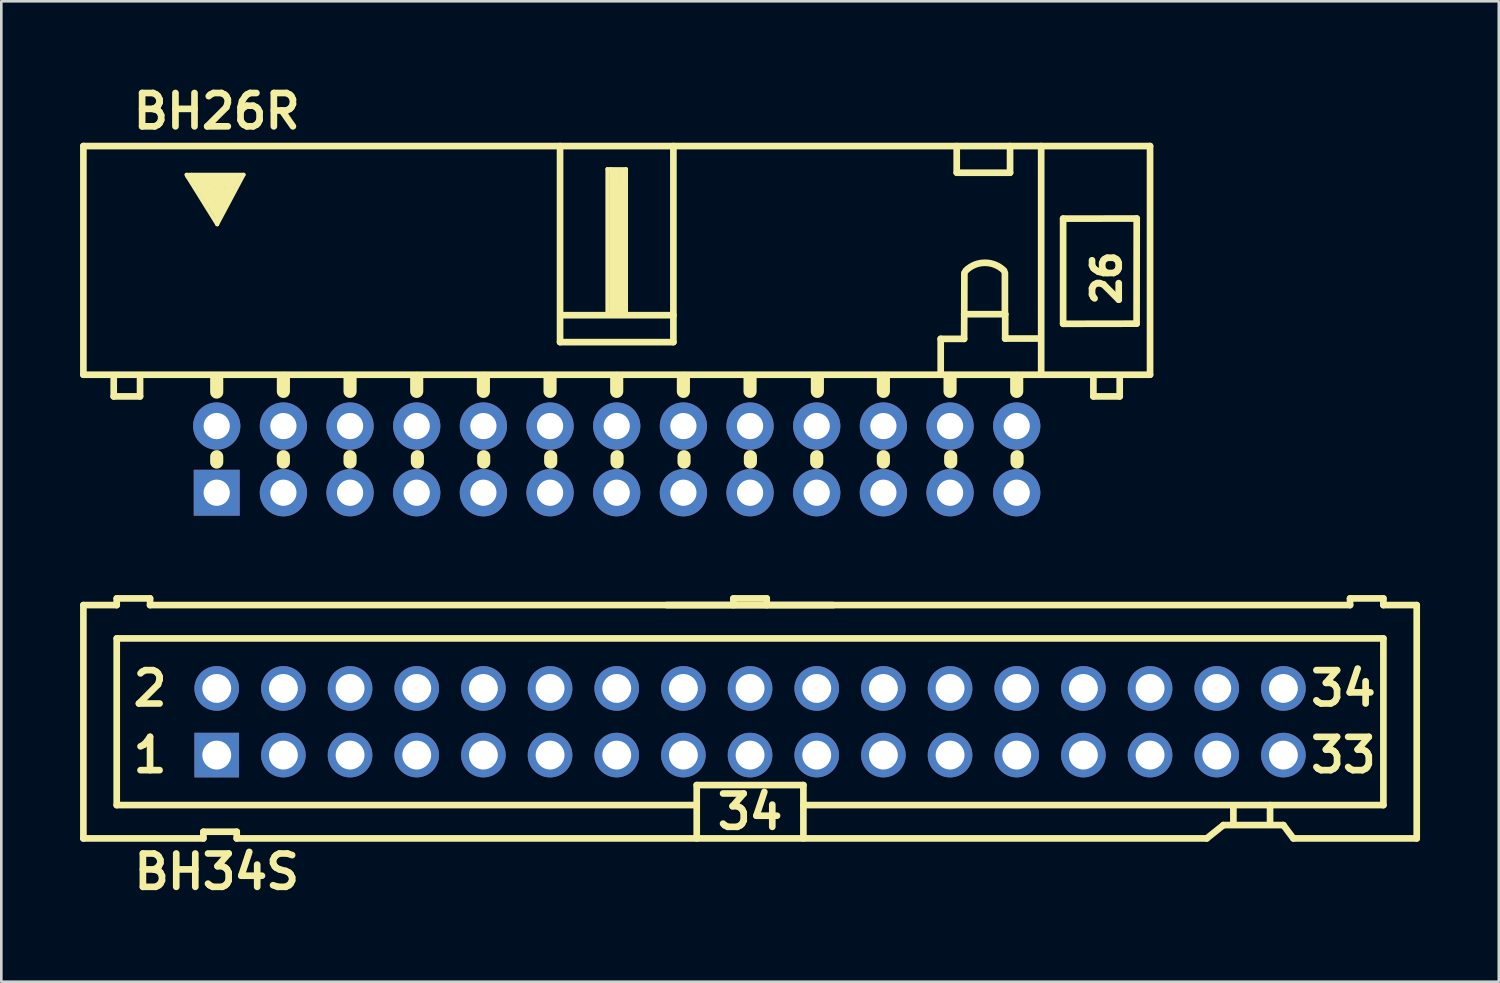
<source format=kicad_pcb>
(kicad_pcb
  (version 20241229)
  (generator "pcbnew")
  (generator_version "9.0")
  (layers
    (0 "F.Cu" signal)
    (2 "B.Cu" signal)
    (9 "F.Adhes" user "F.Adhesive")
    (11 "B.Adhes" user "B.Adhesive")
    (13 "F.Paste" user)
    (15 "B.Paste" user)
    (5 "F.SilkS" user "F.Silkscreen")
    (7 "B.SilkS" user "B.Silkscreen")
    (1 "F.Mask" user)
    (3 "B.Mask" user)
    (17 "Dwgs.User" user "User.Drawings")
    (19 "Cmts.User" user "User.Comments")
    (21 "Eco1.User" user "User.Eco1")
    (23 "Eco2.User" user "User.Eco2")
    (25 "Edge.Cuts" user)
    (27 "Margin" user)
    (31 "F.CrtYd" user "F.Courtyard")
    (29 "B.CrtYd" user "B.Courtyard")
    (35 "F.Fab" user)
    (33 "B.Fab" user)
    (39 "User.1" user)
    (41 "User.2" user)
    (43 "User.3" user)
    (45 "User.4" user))
  (footprint "BH26R"
    (layer "F.Cu")
    (at 20.447 14.453)
    (property "Reference" "BH26R" (at -15.24 -13.264 0) (layer "F.SilkS") (effects (font (size 1.27 1.27) (thickness 0.254))))
    (attr through_hole)
    (fp_line (start -20.32 -11.938) (end 20.32 -11.938) (stroke (width 0.254) (type solid)) (layer "F.SilkS"))
    (fp_line (start -20.32 -3.226) (end -20.32 -11.938) (stroke (width 0.254) (type solid)) (layer "F.SilkS"))
    (fp_line (start -20.32 -3.226) (end 20.32 -3.226) (stroke (width 0.254) (type solid)) (layer "F.SilkS"))
    (fp_line (start -19.164 -3.061) (end -19.164 -2.4) (stroke (width 0.254) (type solid)) (layer "F.SilkS"))
    (fp_line (start -19.164 -2.4) (end -18.161 -2.4) (stroke (width 0.254) (type solid)) (layer "F.SilkS"))
    (fp_line (start -18.161 -2.4) (end -18.161 -3.073) (stroke (width 0.254) (type solid)) (layer "F.SilkS"))
    (fp_line (start -16.35 -10.77) (end -16.396 -10.846) (stroke (width 0.15) (type solid)) (layer "F.SilkS"))
    (fp_line (start -16.213 -10.846) (end -14.216 -10.846) (stroke (width 0.15) (type solid)) (layer "F.SilkS"))
    (fp_line (start -16.198 -10.762) (end -15.222 -9.215) (stroke (width 0.15) (type solid)) (layer "F.SilkS"))
    (fp_line (start -16.177 -10.841) (end -16.37 -10.846) (stroke (width 0.15) (type solid)) (layer "F.SilkS"))
    (fp_line (start -16.068 -10.77) (end -15.237 -9.428) (stroke (width 0.15) (type solid)) (layer "F.SilkS"))
    (fp_line (start -15.938 -10.671) (end -15.237 -9.642) (stroke (width 0.15) (type solid)) (layer "F.SilkS"))
    (fp_line (start -15.725 -10.564) (end -15.199 -9.817) (stroke (width 0.15) (type solid)) (layer "F.SilkS"))
    (fp_line (start -15.497 -10.472) (end -15.207 -10.03) (stroke (width 0.15) (type solid)) (layer "F.SilkS"))
    (fp_line (start -15.479 -10.351) (end -15.801 -10.615) (stroke (width 0.15) (type solid)) (layer "F.SilkS"))
    (fp_line (start -15.344 -10.434) (end -15.169 -10.328) (stroke (width 0.15) (type solid)) (layer "F.SilkS"))
    (fp_line (start -15.276 -10.259) (end -15.268 -10.251) (stroke (width 0.15) (type solid)) (layer "F.SilkS"))
    (fp_line (start -15.24 -3.061) (end -15.24 -2.565) (stroke (width 0.5) (type solid)) (layer "F.SilkS"))
    (fp_line (start -15.24 -0.102) (end -15.24 0.102) (stroke (width 0.5) (type solid)) (layer "F.SilkS"))
    (fp_line (start -15.237 -9.642) (end -14.696 -10.617) (stroke (width 0.15) (type solid)) (layer "F.SilkS"))
    (fp_line (start -15.237 -9.428) (end -14.567 -10.686) (stroke (width 0.15) (type solid)) (layer "F.SilkS"))
    (fp_line (start -15.222 -9.215) (end -14.407 -10.762) (stroke (width 0.15) (type solid)) (layer "F.SilkS"))
    (fp_line (start -15.222 -8.956) (end -16.35 -10.77) (stroke (width 0.15) (type solid)) (layer "F.SilkS"))
    (fp_line (start -15.207 -10.03) (end -15.062 -10.48) (stroke (width 0.15) (type solid)) (layer "F.SilkS"))
    (fp_line (start -15.199 -9.817) (end -14.91 -10.556) (stroke (width 0.15) (type solid)) (layer "F.SilkS"))
    (fp_line (start -15.169 -10.328) (end -15.276 -10.259) (stroke (width 0.15) (type solid)) (layer "F.SilkS"))
    (fp_line (start -15.161 -9.406) (end -15.222 -9.108) (stroke (width 0.15) (type solid)) (layer "F.SilkS"))
    (fp_line (start -15.062 -10.48) (end -15.344 -10.434) (stroke (width 0.15) (type solid)) (layer "F.SilkS"))
    (fp_line (start -14.91 -10.556) (end -15.497 -10.472) (stroke (width 0.15) (type solid)) (layer "F.SilkS"))
    (fp_line (start -14.765 -10.668) (end -14.872 -10.472) (stroke (width 0.15) (type solid)) (layer "F.SilkS"))
    (fp_line (start -14.696 -10.617) (end -15.725 -10.564) (stroke (width 0.15) (type solid)) (layer "F.SilkS"))
    (fp_line (start -14.567 -10.686) (end -15.938 -10.671) (stroke (width 0.15) (type solid)) (layer "F.SilkS"))
    (fp_line (start -14.407 -10.762) (end -16.068 -10.77) (stroke (width 0.15) (type solid)) (layer "F.SilkS"))
    (fp_line (start -14.216 -10.846) (end -15.222 -8.956) (stroke (width 0.15) (type solid)) (layer "F.SilkS"))
    (fp_line (start -12.7 -3.086) (end -12.7 -2.591) (stroke (width 0.5) (type solid)) (layer "F.SilkS"))
    (fp_line (start -12.7 -0.102) (end -12.7 0.102) (stroke (width 0.5) (type solid)) (layer "F.SilkS"))
    (fp_line (start -10.16 -3.086) (end -10.16 -2.591) (stroke (width 0.5) (type solid)) (layer "F.SilkS"))
    (fp_line (start -10.16 -0.102) (end -10.16 0.102) (stroke (width 0.5) (type solid)) (layer "F.SilkS"))
    (fp_line (start -7.62 -3.086) (end -7.62 -2.591) (stroke (width 0.5) (type solid)) (layer "F.SilkS"))
    (fp_line (start -7.595 -0.102) (end -7.595 0.102) (stroke (width 0.5) (type solid)) (layer "F.SilkS"))
    (fp_line (start -5.08 -3.086) (end -5.08 -2.591) (stroke (width 0.5) (type solid)) (layer "F.SilkS"))
    (fp_line (start -5.067 -0.102) (end -5.067 0.102) (stroke (width 0.5) (type solid)) (layer "F.SilkS"))
    (fp_line (start -2.54 -3.086) (end -2.54 -2.591) (stroke (width 0.5) (type solid)) (layer "F.SilkS"))
    (fp_line (start -2.515 -0.102) (end -2.515 0.102) (stroke (width 0.5) (type solid)) (layer "F.SilkS"))
    (fp_line (start -2.159 -4.47) (end -2.159 -11.938) (stroke (width 0.254) (type solid)) (layer "F.SilkS"))
    (fp_line (start -2.141 -5.494) (end 2.159 -5.494) (stroke (width 0.254) (type solid)) (layer "F.SilkS"))
    (fp_line (start -0.356 -11.059) (end 0.356 -11.059) (stroke (width 0.15) (type solid)) (layer "F.SilkS"))
    (fp_line (start -0.356 -5.502) (end -0.356 -11.059) (stroke (width 0.15) (type solid)) (layer "F.SilkS"))
    (fp_line (start -0.216 -11.059) (end -0.216 -5.588) (stroke (width 0.15) (type solid)) (layer "F.SilkS"))
    (fp_line (start -0.137 -5.596) (end 0.254 -5.598) (stroke (width 0.15) (type solid)) (layer "F.SilkS"))
    (fp_line (start -0.124 -6.37) (end -0.137 -5.596) (stroke (width 0.15) (type solid)) (layer "F.SilkS"))
    (fp_line (start -0.112 -8.415) (end -0.14 -6.18) (stroke (width 0.15) (type solid)) (layer "F.SilkS"))
    (fp_line (start -0.079 -11.013) (end -0.064 -5.634) (stroke (width 0.15) (type solid)) (layer "F.SilkS"))
    (fp_line (start 0 -3.086) (end 0 -2.591) (stroke (width 0.5) (type solid)) (layer "F.SilkS"))
    (fp_line (start 0.013 -0.102) (end 0.013 0.102) (stroke (width 0.5) (type solid)) (layer "F.SilkS"))
    (fp_line (start 0.043 -11.013) (end 0.028 -5.618) (stroke (width 0.15) (type solid)) (layer "F.SilkS"))
    (fp_line (start 0.165 -11.013) (end 0.15 -5.649) (stroke (width 0.15) (type solid)) (layer "F.SilkS"))
    (fp_line (start 0.287 -11.029) (end 0.241 -5.649) (stroke (width 0.15) (type solid)) (layer "F.SilkS"))
    (fp_line (start 0.356 -11.059) (end 0.356 -5.512) (stroke (width 0.15) (type solid)) (layer "F.SilkS"))
    (fp_line (start 2.159 -4.47) (end 2.159 -11.938) (stroke (width 0.254) (type solid)) (layer "F.SilkS"))
    (fp_line (start 2.159 -4.468) (end -2.159 -4.468) (stroke (width 0.254) (type solid)) (layer "F.SilkS"))
    (fp_line (start 2.54 -3.086) (end 2.54 -2.591) (stroke (width 0.5) (type solid)) (layer "F.SilkS"))
    (fp_line (start 2.565 -0.102) (end 2.565 0.102) (stroke (width 0.5) (type solid)) (layer "F.SilkS"))
    (fp_line (start 5.08 -3.086) (end 5.08 -2.591) (stroke (width 0.5) (type solid)) (layer "F.SilkS"))
    (fp_line (start 5.093 -0.102) (end 5.093 0.102) (stroke (width 0.5) (type solid)) (layer "F.SilkS"))
    (fp_line (start 7.62 -0.102) (end 7.62 0.102) (stroke (width 0.5) (type solid)) (layer "F.SilkS"))
    (fp_line (start 7.645 -3.086) (end 7.645 -2.591) (stroke (width 0.5) (type solid)) (layer "F.SilkS"))
    (fp_line (start 10.16 -3.086) (end 10.16 -2.591) (stroke (width 0.5) (type solid)) (layer "F.SilkS"))
    (fp_line (start 10.16 -0.102) (end 10.16 0.102) (stroke (width 0.5) (type solid)) (layer "F.SilkS"))
    (fp_line (start 12.344 -4.592) (end 12.344 -3.259) (stroke (width 0.254) (type solid)) (layer "F.SilkS"))
    (fp_line (start 12.344 -4.592) (end 13.236 -4.592) (stroke (width 0.254) (type solid)) (layer "F.SilkS"))
    (fp_line (start 12.7 -3.086) (end 12.7 -2.591) (stroke (width 0.5) (type solid)) (layer "F.SilkS"))
    (fp_line (start 12.725 -0.102) (end 12.725 0.102) (stroke (width 0.5) (type solid)) (layer "F.SilkS"))
    (fp_line (start 12.954 -11.938) (end 12.954 -10.937) (stroke (width 0.254) (type solid)) (layer "F.SilkS"))
    (fp_line (start 12.954 -10.922) (end 14.986 -10.922) (stroke (width 0.254) (type solid)) (layer "F.SilkS"))
    (fp_line (start 13.236 -4.592) (end 13.241 -5.532) (stroke (width 0.254) (type solid)) (layer "F.SilkS"))
    (fp_line (start 13.241 -5.532) (end 14.801 -5.532) (stroke (width 0.254) (type solid)) (layer "F.SilkS"))
    (fp_line (start 13.241 -5.507) (end 13.246 -7.102) (stroke (width 0.254) (type solid)) (layer "F.SilkS"))
    (fp_line (start 14.79 -5.527) (end 14.79 -7.102) (stroke (width 0.254) (type solid)) (layer "F.SilkS"))
    (fp_line (start 14.801 -5.532) (end 14.801 -4.602) (stroke (width 0.254) (type solid)) (layer "F.SilkS"))
    (fp_line (start 14.986 -10.927) (end 14.986 -11.938) (stroke (width 0.254) (type solid)) (layer "F.SilkS"))
    (fp_line (start 15.24 -3.086) (end 15.24 -2.591) (stroke (width 0.5) (type solid)) (layer "F.SilkS"))
    (fp_line (start 15.253 -0.102) (end 15.253 0.102) (stroke (width 0.5) (type solid)) (layer "F.SilkS"))
    (fp_line (start 16.154 -4.605) (end 14.798 -4.605) (stroke (width 0.254) (type solid)) (layer "F.SilkS"))
    (fp_line (start 16.172 -11.938) (end 16.172 -3.226) (stroke (width 0.254) (type solid)) (layer "F.SilkS"))
    (fp_line (start 17.008 -9.174) (end 17.008 -5.169) (stroke (width 0.254) (type solid)) (layer "F.SilkS"))
    (fp_line (start 17.008 -5.166) (end 19.807 -5.171) (stroke (width 0.254) (type solid)) (layer "F.SilkS"))
    (fp_line (start 18.161 -3.073) (end 18.161 -2.4) (stroke (width 0.254) (type solid)) (layer "F.SilkS"))
    (fp_line (start 18.161 -2.4) (end 19.164 -2.4) (stroke (width 0.254) (type solid)) (layer "F.SilkS"))
    (fp_line (start 19.164 -2.4) (end 19.164 -3.073) (stroke (width 0.254) (type solid)) (layer "F.SilkS"))
    (fp_line (start 19.807 -5.171) (end 19.812 -9.177) (stroke (width 0.254) (type solid)) (layer "F.SilkS"))
    (fp_line (start 19.812 -9.177) (end 17.008 -9.174) (stroke (width 0.254) (type solid)) (layer "F.SilkS"))
    (fp_line (start 20.32 -3.226) (end 20.32 -11.938) (stroke (width 0.254) (type solid)) (layer "F.SilkS"))
    (fp_arc (start 13.2969 -7.1882) (mid 14.02842 -7.491206) (end 14.75994 -7.1882) (stroke (width 0.254) (type solid)) (layer "F.SilkS"))
    (fp_text user "26" (at 18.669 -6.909 90) (layer "F.SilkS") (effects (font (size 1.016 1.016) (thickness 0.254))))
    (pad "1" thru_hole rect (at -15.24 1.27) (size 1.75 1.75) (drill 1) (layers "*.Cu" "*.Mask"))
    (pad "2" thru_hole circle (at -15.24 -1.27) (size 1.8 1.8) (drill 1) (layers "*.Cu" "*.Mask"))
    (pad "3" thru_hole circle (at -12.7 1.27) (size 1.8 1.8) (drill 1) (layers "*.Cu" "*.Mask"))
    (pad "4" thru_hole circle (at -12.7 -1.27) (size 1.8 1.8) (drill 1) (layers "*.Cu" "*.Mask"))
    (pad "5" thru_hole circle (at -10.16 1.27) (size 1.8 1.8) (drill 1) (layers "*.Cu" "*.Mask"))
    (pad "6" thru_hole circle (at -10.16 -1.27) (size 1.8 1.8) (drill 1) (layers "*.Cu" "*.Mask"))
    (pad "7" thru_hole circle (at -7.62 1.27) (size 1.8 1.8) (drill 1) (layers "*.Cu" "*.Mask"))
    (pad "8" thru_hole circle (at -7.62 -1.27) (size 1.8 1.8) (drill 1) (layers "*.Cu" "*.Mask"))
    (pad "9" thru_hole circle (at -5.08 1.27) (size 1.8 1.8) (drill 1) (layers "*.Cu" "*.Mask"))
    (pad "10" thru_hole circle (at -5.08 -1.27) (size 1.8 1.8) (drill 1) (layers "*.Cu" "*.Mask"))
    (pad "11" thru_hole circle (at -2.54 1.27) (size 1.8 1.8) (drill 1) (layers "*.Cu" "*.Mask"))
    (pad "12" thru_hole circle (at -2.54 -1.27) (size 1.8 1.8) (drill 1) (layers "*.Cu" "*.Mask"))
    (pad "13" thru_hole circle (at 0 1.27) (size 1.8 1.8) (drill 1) (layers "*.Cu" "*.Mask"))
    (pad "14" thru_hole circle (at 0 -1.27) (size 1.8 1.8) (drill 1) (layers "*.Cu" "*.Mask"))
    (pad "15" thru_hole circle (at 2.54 1.27) (size 1.8 1.8) (drill 1) (layers "*.Cu" "*.Mask"))
    (pad "16" thru_hole circle (at 2.54 -1.27) (size 1.8 1.8) (drill 1) (layers "*.Cu" "*.Mask"))
    (pad "17" thru_hole circle (at 5.08 1.27) (size 1.8 1.8) (drill 1) (layers "*.Cu" "*.Mask"))
    (pad "18" thru_hole circle (at 5.08 -1.27) (size 1.8 1.8) (drill 1) (layers "*.Cu" "*.Mask"))
    (pad "19" thru_hole circle (at 7.62 1.27) (size 1.8 1.8) (drill 1) (layers "*.Cu" "*.Mask"))
    (pad "20" thru_hole circle (at 7.62 -1.27) (size 1.8 1.8) (drill 1) (layers "*.Cu" "*.Mask"))
    (pad "21" thru_hole circle (at 10.16 1.27) (size 1.8 1.8) (drill 1) (layers "*.Cu" "*.Mask"))
    (pad "22" thru_hole circle (at 10.16 -1.27) (size 1.8 1.8) (drill 1) (layers "*.Cu" "*.Mask"))
    (pad "23" thru_hole circle (at 12.7 1.27) (size 1.8 1.8) (drill 1) (layers "*.Cu" "*.Mask"))
    (pad "24" thru_hole circle (at 12.7 -1.27) (size 1.8 1.8) (drill 1) (layers "*.Cu" "*.Mask"))
    (pad "25" thru_hole circle (at 15.24 1.27) (size 1.8 1.8) (drill 1) (layers "*.Cu" "*.Mask"))
    (pad "26" thru_hole circle (at 15.24 -1.27) (size 1.8 1.8) (drill 1) (layers "*.Cu" "*.Mask")))
  (footprint "BH34S"
    (layer "F.Cu")
    (at 25.527 24.449)
    (property "Reference" "BH34S" (at -20.32 5.715 0) (layer "F.SilkS") (effects (font (size 1.27 1.27) (thickness 0.254))))
    (attr through_hole)
    (fp_line (start -25.4 -4.445) (end -25.4 4.445) (stroke (width 0.254) (type solid)) (layer "F.SilkS"))
    (fp_line (start -25.4 -4.445) (end -24.13 -4.445) (stroke (width 0.254) (type solid)) (layer "F.SilkS"))
    (fp_line (start -25.4 4.445) (end -20.828 4.445) (stroke (width 0.254) (type solid)) (layer "F.SilkS"))
    (fp_line (start -24.13 -4.699) (end -24.13 -4.445) (stroke (width 0.254) (type solid)) (layer "F.SilkS"))
    (fp_line (start -24.13 -3.175) (end -24.13 3.175) (stroke (width 0.254) (type solid)) (layer "F.SilkS"))
    (fp_line (start -24.13 -3.175) (end 24.13 -3.175) (stroke (width 0.254) (type solid)) (layer "F.SilkS"))
    (fp_line (start -22.86 -4.699) (end -24.13 -4.699) (stroke (width 0.254) (type solid)) (layer "F.SilkS"))
    (fp_line (start -22.86 -4.699) (end -22.86 -4.445) (stroke (width 0.254) (type solid)) (layer "F.SilkS"))
    (fp_line (start -20.828 4.191) (end -20.828 4.445) (stroke (width 0.254) (type solid)) (layer "F.SilkS"))
    (fp_line (start -20.828 4.191) (end -19.558 4.191) (stroke (width 0.254) (type solid)) (layer "F.SilkS"))
    (fp_line (start -19.558 4.191) (end -19.558 4.445) (stroke (width 0.254) (type solid)) (layer "F.SilkS"))
    (fp_line (start -19.558 4.445) (end 17.399 4.445) (stroke (width 0.254) (type solid)) (layer "F.SilkS"))
    (fp_line (start -2.032 2.413) (end 2.032 2.413) (stroke (width 0.254) (type solid)) (layer "F.SilkS"))
    (fp_line (start -2.032 3.175) (end -24.13 3.175) (stroke (width 0.254) (type solid)) (layer "F.SilkS"))
    (fp_line (start -2.032 4.445) (end -2.032 2.413) (stroke (width 0.254) (type solid)) (layer "F.SilkS"))
    (fp_line (start -0.635 -4.699) (end -0.635 -4.445) (stroke (width 0.254) (type solid)) (layer "F.SilkS"))
    (fp_line (start 0.635 -4.699) (end -0.635 -4.699) (stroke (width 0.254) (type solid)) (layer "F.SilkS"))
    (fp_line (start 0.635 -4.699) (end 0.635 -4.445) (stroke (width 0.254) (type solid)) (layer "F.SilkS"))
    (fp_line (start 2.032 2.413) (end 2.032 4.445) (stroke (width 0.254) (type solid)) (layer "F.SilkS"))
    (fp_line (start 2.032 3.175) (end 24.13 3.175) (stroke (width 0.254) (type solid)) (layer "F.SilkS"))
    (fp_line (start 3.175 -4.445) (end -22.86 -4.445) (stroke (width 0.254) (type solid)) (layer "F.SilkS"))
    (fp_line (start 17.399 4.445) (end 18.034 3.937) (stroke (width 0.254) (type solid)) (layer "F.SilkS"))
    (fp_line (start 18.034 3.937) (end 20.32 3.937) (stroke (width 0.254) (type solid)) (layer "F.SilkS"))
    (fp_line (start 18.415 3.188) (end 18.415 3.835) (stroke (width 0.254) (type solid)) (layer "F.SilkS"))
    (fp_line (start 19.812 3.175) (end 19.812 3.835) (stroke (width 0.254) (type solid)) (layer "F.SilkS"))
    (fp_line (start 20.32 3.937) (end 20.701 4.445) (stroke (width 0.254) (type solid)) (layer "F.SilkS"))
    (fp_line (start 20.701 4.445) (end 25.4 4.445) (stroke (width 0.254) (type solid)) (layer "F.SilkS"))
    (fp_line (start 22.86 -4.699) (end 22.86 -4.445) (stroke (width 0.254) (type solid)) (layer "F.SilkS"))
    (fp_line (start 22.86 -4.445) (end -3.175 -4.445) (stroke (width 0.254) (type solid)) (layer "F.SilkS"))
    (fp_line (start 24.13 -4.699) (end 22.86 -4.699) (stroke (width 0.254) (type solid)) (layer "F.SilkS"))
    (fp_line (start 24.13 -4.699) (end 24.13 -4.445) (stroke (width 0.254) (type solid)) (layer "F.SilkS"))
    (fp_line (start 24.13 -3.175) (end 24.13 3.175) (stroke (width 0.254) (type solid)) (layer "F.SilkS"))
    (fp_line (start 25.4 -4.445) (end 24.13 -4.445) (stroke (width 0.254) (type solid)) (layer "F.SilkS"))
    (fp_line (start 25.4 -4.445) (end 25.4 4.445) (stroke (width 0.254) (type solid)) (layer "F.SilkS"))
    (fp_text user "2" (at -22.86 -1.27 0) (layer "F.SilkS") (effects (font (size 1.27 1.27) (thickness 0.254))))
    (fp_text user "33" (at 22.606 1.27 0) (layer "F.SilkS") (effects (font (size 1.27 1.27) (thickness 0.254))))
    (fp_text user "34" (at 0 3.429 0) (layer "F.SilkS") (effects (font (size 1.27 1.27) (thickness 0.254))))
    (fp_text user "1" (at -22.86 1.27 0) (layer "F.SilkS") (effects (font (size 1.27 1.27) (thickness 0.254))))
    (fp_text user "34" (at 22.606 -1.27 0) (layer "F.SilkS") (effects (font (size 1.27 1.27) (thickness 0.254))))
    (pad "1" thru_hole rect (at -20.32 1.27) (size 1.7 1.7) (drill 1.1) (layers "*.Cu" "*.Mask"))
    (pad "2" thru_hole circle (at -20.32 -1.27) (size 1.7 1.7) (drill 1.1) (layers "*.Cu" "*.Mask"))
    (pad "3" thru_hole circle (at -17.78 1.27) (size 1.7 1.7) (drill 1.1) (layers "*.Cu" "*.Mask"))
    (pad "4" thru_hole circle (at -17.78 -1.27) (size 1.7 1.7) (drill 1.1) (layers "*.Cu" "*.Mask"))
    (pad "5" thru_hole circle (at -15.24 1.27) (size 1.7 1.7) (drill 1.1) (layers "*.Cu" "*.Mask"))
    (pad "6" thru_hole circle (at -15.24 -1.27) (size 1.7 1.7) (drill 1.1) (layers "*.Cu" "*.Mask"))
    (pad "7" thru_hole circle (at -12.7 1.27) (size 1.7 1.7) (drill 1.1) (layers "*.Cu" "*.Mask"))
    (pad "8" thru_hole circle (at -12.7 -1.27) (size 1.7 1.7) (drill 1.1) (layers "*.Cu" "*.Mask"))
    (pad "9" thru_hole circle (at -10.16 1.27) (size 1.7 1.7) (drill 1.1) (layers "*.Cu" "*.Mask"))
    (pad "10" thru_hole circle (at -10.16 -1.27) (size 1.7 1.7) (drill 1.1) (layers "*.Cu" "*.Mask"))
    (pad "11" thru_hole circle (at -7.62 1.27) (size 1.7 1.7) (drill 1.1) (layers "*.Cu" "*.Mask"))
    (pad "12" thru_hole circle (at -7.62 -1.27) (size 1.7 1.7) (drill 1.1) (layers "*.Cu" "*.Mask"))
    (pad "13" thru_hole circle (at -5.08 1.27) (size 1.7 1.7) (drill 1.1) (layers "*.Cu" "*.Mask"))
    (pad "14" thru_hole circle (at -5.08 -1.27) (size 1.7 1.7) (drill 1.1) (layers "*.Cu" "*.Mask"))
    (pad "15" thru_hole circle (at -2.54 1.27) (size 1.7 1.7) (drill 1.1) (layers "*.Cu" "*.Mask"))
    (pad "16" thru_hole circle (at -2.54 -1.27) (size 1.7 1.7) (drill 1.1) (layers "*.Cu" "*.Mask"))
    (pad "17" thru_hole circle (at 0 1.27) (size 1.7 1.7) (drill 1.1) (layers "*.Cu" "*.Mask"))
    (pad "18" thru_hole circle (at 0 -1.27) (size 1.7 1.7) (drill 1.1) (layers "*.Cu" "*.Mask"))
    (pad "19" thru_hole circle (at 2.54 1.27) (size 1.7 1.7) (drill 1.1) (layers "*.Cu" "*.Mask"))
    (pad "20" thru_hole circle (at 2.54 -1.27) (size 1.7 1.7) (drill 1.1) (layers "*.Cu" "*.Mask"))
    (pad "21" thru_hole circle (at 5.08 1.27) (size 1.7 1.7) (drill 1.1) (layers "*.Cu" "*.Mask"))
    (pad "22" thru_hole circle (at 5.08 -1.27) (size 1.7 1.7) (drill 1.1) (layers "*.Cu" "*.Mask"))
    (pad "23" thru_hole circle (at 7.62 1.27) (size 1.7 1.7) (drill 1.1) (layers "*.Cu" "*.Mask"))
    (pad "24" thru_hole circle (at 7.62 -1.27) (size 1.7 1.7) (drill 1.1) (layers "*.Cu" "*.Mask"))
    (pad "25" thru_hole circle (at 10.16 1.27) (size 1.7 1.7) (drill 1.1) (layers "*.Cu" "*.Mask"))
    (pad "26" thru_hole circle (at 10.16 -1.27) (size 1.7 1.7) (drill 1.1) (layers "*.Cu" "*.Mask"))
    (pad "27" thru_hole circle (at 12.7 1.27) (size 1.7 1.7) (drill 1.1) (layers "*.Cu" "*.Mask"))
    (pad "28" thru_hole circle (at 12.7 -1.27) (size 1.7 1.7) (drill 1.1) (layers "*.Cu" "*.Mask"))
    (pad "29" thru_hole circle (at 15.24 1.27) (size 1.7 1.7) (drill 1.1) (layers "*.Cu" "*.Mask"))
    (pad "30" thru_hole circle (at 15.24 -1.27) (size 1.7 1.7) (drill 1.1) (layers "*.Cu" "*.Mask"))
    (pad "31" thru_hole circle (at 17.78 1.27) (size 1.7 1.7) (drill 1.1) (layers "*.Cu" "*.Mask"))
    (pad "32" thru_hole circle (at 17.78 -1.27) (size 1.7 1.7) (drill 1.1) (layers "*.Cu" "*.Mask"))
    (pad "33" thru_hole circle (at 20.32 1.27) (size 1.7 1.7) (drill 1.1) (layers "*.Cu" "*.Mask"))
    (pad "34" thru_hole circle (at 20.32 -1.27) (size 1.7 1.7) (drill 1.1) (layers "*.Cu" "*.Mask")))
  (gr_rect
    (start -3 -3)
    (end 54.054 34.352)
    (stroke (width 0.1) (type default))
    (fill no)
    (layer "Edge.Cuts")))
</source>
